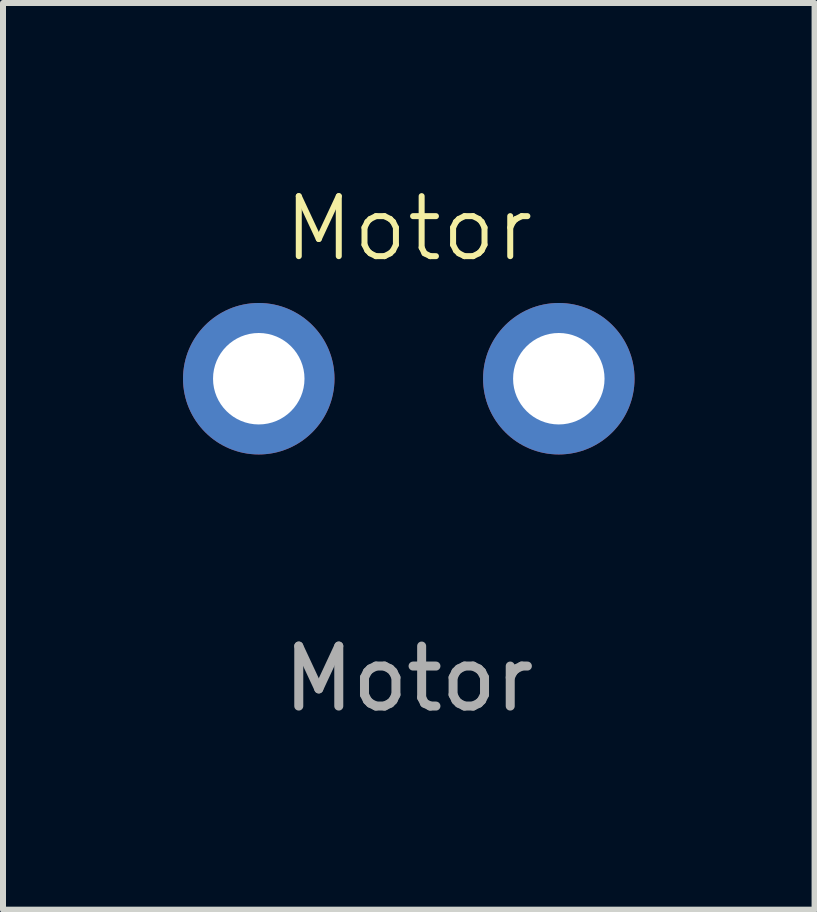
<source format=kicad_pcb>
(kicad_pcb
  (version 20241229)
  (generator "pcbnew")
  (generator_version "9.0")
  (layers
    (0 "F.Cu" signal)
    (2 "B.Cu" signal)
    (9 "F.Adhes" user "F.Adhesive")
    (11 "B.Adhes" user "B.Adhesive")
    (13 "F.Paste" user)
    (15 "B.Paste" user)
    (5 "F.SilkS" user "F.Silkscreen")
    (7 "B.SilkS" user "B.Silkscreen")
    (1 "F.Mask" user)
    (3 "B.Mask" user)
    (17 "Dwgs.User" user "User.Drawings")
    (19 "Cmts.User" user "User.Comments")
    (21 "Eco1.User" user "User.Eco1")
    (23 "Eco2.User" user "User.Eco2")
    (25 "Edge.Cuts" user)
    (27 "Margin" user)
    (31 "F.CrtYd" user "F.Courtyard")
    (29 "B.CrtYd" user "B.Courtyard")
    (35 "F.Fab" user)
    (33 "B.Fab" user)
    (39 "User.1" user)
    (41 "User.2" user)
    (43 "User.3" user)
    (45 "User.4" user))
  (footprint "Motor"
    (layer "F.Cu")
    (at 3.762 5.761)
    (property "Reference" "Motor" (at 0 -5 0) (unlocked yes) (layer "F.SilkS") (effects (font (size 1 1) (thickness 0.1))))
    (attr through_hole)
    (fp_text user "${REFERENCE}" (at 0 2.5 0) (unlocked yes) (layer "F.Fab") (effects (font (size 1 1) (thickness 0.15))))
    (pad "1" thru_hole circle (at -2.5 -2.5) (size 2.524 2.524) (drill 1.524) (layers "*.Cu" "*.Mask"))
    (pad "2" thru_hole circle (at 2.5 -2.5) (size 2.524 2.524) (drill 1.524) (layers "*.Cu" "*.Mask")))
  (gr_rect
    (start -3 -3)
    (end 10.524 12.109)
    (stroke (width 0.1) (type default))
    (fill no)
    (layer "Edge.Cuts")))
</source>
